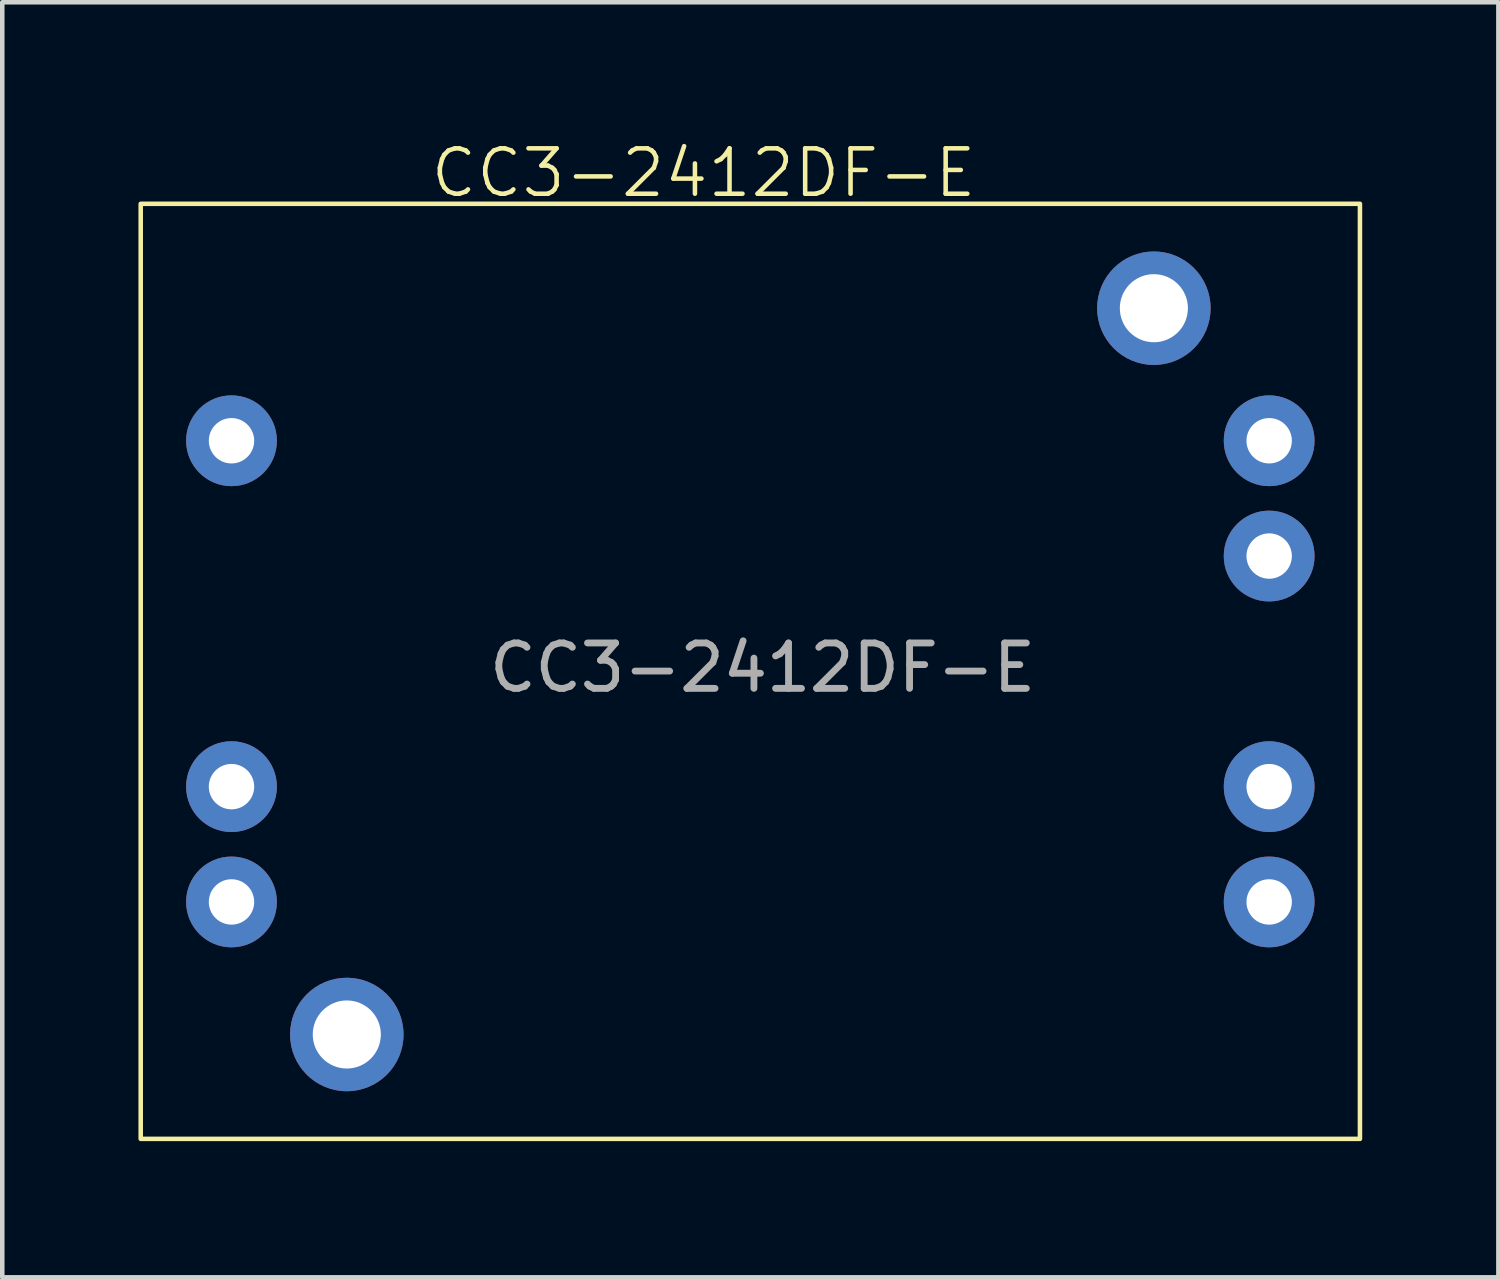
<source format=kicad_pcb>
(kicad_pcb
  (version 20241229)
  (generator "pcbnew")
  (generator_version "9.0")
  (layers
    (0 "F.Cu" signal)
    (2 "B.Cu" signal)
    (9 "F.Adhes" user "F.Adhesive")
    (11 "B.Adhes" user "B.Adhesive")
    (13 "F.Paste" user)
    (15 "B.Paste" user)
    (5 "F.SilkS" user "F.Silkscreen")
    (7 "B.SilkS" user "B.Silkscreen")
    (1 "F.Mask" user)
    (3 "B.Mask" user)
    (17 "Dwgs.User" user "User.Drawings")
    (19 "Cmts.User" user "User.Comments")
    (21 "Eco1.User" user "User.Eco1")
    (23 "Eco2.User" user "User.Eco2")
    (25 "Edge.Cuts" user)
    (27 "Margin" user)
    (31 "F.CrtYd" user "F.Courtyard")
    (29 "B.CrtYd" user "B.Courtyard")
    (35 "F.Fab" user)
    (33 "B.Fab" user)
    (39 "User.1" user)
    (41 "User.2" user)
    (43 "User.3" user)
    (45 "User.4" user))
  (footprint "CC3-2412DF-E"
    (layer "F.Cu")
    (at 2.05 6.66)
    (property "Reference" "CC3-2412DF-E" (at 10.4 -5.9 0) (unlocked yes) (layer "F.SilkS") (effects (font (size 1 1) (thickness 0.1))))
    (attr through_hole)
    (fp_rect (start -2 -5.22) (end 24.86 15.38) (stroke (width 0.1) (type default)) (fill no) (layer "F.SilkS"))
    (fp_text user "${REFERENCE}" (at 11.7 5 0) (unlocked yes) (layer "F.Fab") (effects (font (size 1 1) (thickness 0.15))))
    (pad "1" thru_hole circle (at 0 0) (size 2 2) (drill 1) (layers "*.Cu" "*.Mask"))
    (pad "2" thru_hole circle (at 0 7.62) (size 2 2) (drill 1) (layers "*.Cu" "*.Mask"))
    (pad "3" thru_hole circle (at 0 10.16) (size 2 2) (drill 1) (layers "*.Cu" "*.Mask"))
    (pad "4" thru_hole circle (at 22.86 10.16) (size 2 2) (drill 1) (layers "*.Cu" "*.Mask"))
    (pad "5" thru_hole circle (at 22.86 7.62) (size 2 2) (drill 1) (layers "*.Cu" "*.Mask"))
    (pad "6" thru_hole circle (at 22.86 2.54) (size 2 2) (drill 1) (layers "*.Cu" "*.Mask"))
    (pad "7" thru_hole circle (at 22.86 0) (size 2 2) (drill 1) (layers "*.Cu" "*.Mask"))
    (pad "8" thru_hole circle (at 2.54 13.08) (size 2.5 2.5) (drill 1.5) (layers "*.Cu" "*.Mask"))
    (pad "9" thru_hole circle (at 20.32 -2.92) (size 2.5 2.5) (drill 1.5) (layers "*.Cu" "*.Mask")))
  (gr_rect
    (start -3 -3)
    (end 29.96 25.09)
    (stroke (width 0.1) (type default))
    (fill no)
    (layer "Edge.Cuts")))
</source>
